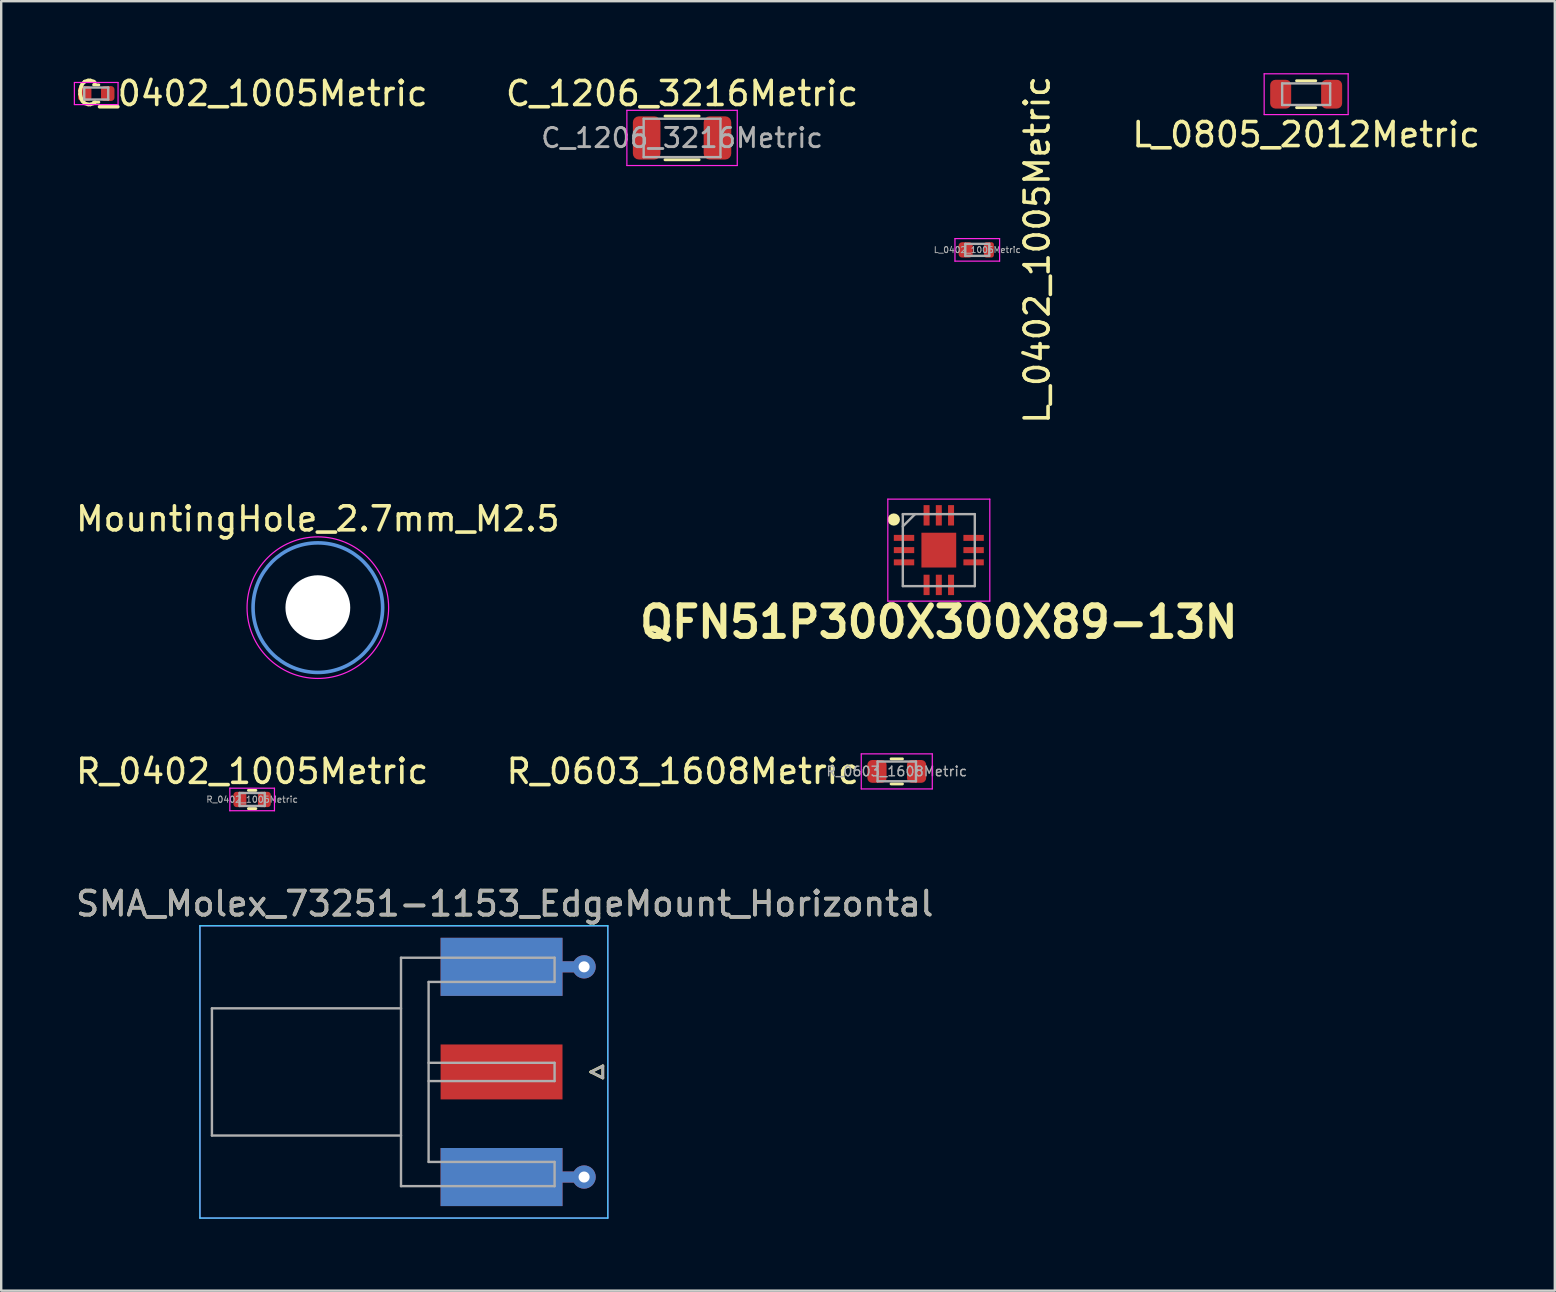
<source format=kicad_pcb>
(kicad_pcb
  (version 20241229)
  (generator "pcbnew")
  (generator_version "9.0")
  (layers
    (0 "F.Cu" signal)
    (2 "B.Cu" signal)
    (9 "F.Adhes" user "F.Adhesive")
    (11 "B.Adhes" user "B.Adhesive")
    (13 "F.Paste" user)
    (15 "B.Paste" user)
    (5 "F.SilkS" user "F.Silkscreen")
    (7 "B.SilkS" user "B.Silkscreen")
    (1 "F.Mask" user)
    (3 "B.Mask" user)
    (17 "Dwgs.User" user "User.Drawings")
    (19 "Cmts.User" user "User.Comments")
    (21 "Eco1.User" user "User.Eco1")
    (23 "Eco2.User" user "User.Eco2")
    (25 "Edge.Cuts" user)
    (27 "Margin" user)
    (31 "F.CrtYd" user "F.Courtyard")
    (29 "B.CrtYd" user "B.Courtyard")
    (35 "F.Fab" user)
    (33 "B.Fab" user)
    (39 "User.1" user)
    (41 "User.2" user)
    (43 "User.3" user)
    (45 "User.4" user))
  (footprint "R_0603_1608Metric"
    (layer "F.Cu")
    (at 34.323 29.098)
    (property "Reference" "R_0603_1608Metric" (at -1.49 0 0) (layer "F.SilkS") (effects (font (size 1 1) (thickness 0.15)) (justify right)))
    (attr smd)
    (fp_line (start -0.237 -0.522) (end 0.237 -0.522) (stroke (width 0.12) (type solid)) (layer "F.SilkS"))
    (fp_line (start -0.237 0.522) (end 0.237 0.522) (stroke (width 0.12) (type solid)) (layer "F.SilkS"))
    (fp_line (start -1.48 -0.73) (end 1.48 -0.73) (stroke (width 0.05) (type solid)) (layer "F.CrtYd"))
    (fp_line (start -1.48 0.73) (end -1.48 -0.73) (stroke (width 0.05) (type solid)) (layer "F.CrtYd"))
    (fp_line (start 1.48 -0.73) (end 1.48 0.73) (stroke (width 0.05) (type solid)) (layer "F.CrtYd"))
    (fp_line (start 1.48 0.73) (end -1.48 0.73) (stroke (width 0.05) (type solid)) (layer "F.CrtYd"))
    (fp_line (start -0.8 -0.412) (end 0.8 -0.412) (stroke (width 0.1) (type solid)) (layer "F.Fab"))
    (fp_line (start -0.8 0.412) (end -0.8 -0.412) (stroke (width 0.1) (type solid)) (layer "F.Fab"))
    (fp_line (start 0.8 -0.412) (end 0.8 0.412) (stroke (width 0.1) (type solid)) (layer "F.Fab"))
    (fp_line (start 0.8 0.412) (end -0.8 0.412) (stroke (width 0.1) (type solid)) (layer "F.Fab"))
    (fp_text user "${REFERENCE}" (at 0 0 0) (layer "F.Fab") (effects (font (size 0.4 0.4) (thickness 0.06))))
    (pad "1" smd roundrect (at -0.825 0) (size 0.8 0.95) (layers "F.Cu" "F.Mask" "F.Paste") (roundrect_rratio 0.25))
    (pad "2" smd roundrect (at 0.825 0) (size 0.8 0.95) (layers "F.Cu" "F.Mask" "F.Paste") (roundrect_rratio 0.25)))
  (footprint "L_0402_1005Metric"
    (layer "F.Cu")
    (at 37.678 7.364)
    (property "Reference" "L_0402_1005Metric" (at 2.495 -0.001 270) (layer "F.SilkS") (effects (font (size 1 1) (thickness 0.15))))
    (attr smd)
    (fp_line (start -0.93 -0.47) (end 0.93 -0.47) (stroke (width 0.05) (type solid)) (layer "F.CrtYd"))
    (fp_line (start -0.93 0.47) (end -0.93 -0.47) (stroke (width 0.05) (type solid)) (layer "F.CrtYd"))
    (fp_line (start 0.93 -0.47) (end 0.93 0.47) (stroke (width 0.05) (type solid)) (layer "F.CrtYd"))
    (fp_line (start 0.93 0.47) (end -0.93 0.47) (stroke (width 0.05) (type solid)) (layer "F.CrtYd"))
    (fp_line (start -0.5 -0.25) (end 0.5 -0.25) (stroke (width 0.1) (type solid)) (layer "F.Fab"))
    (fp_line (start -0.5 0.25) (end -0.5 -0.25) (stroke (width 0.1) (type solid)) (layer "F.Fab"))
    (fp_line (start 0.5 -0.25) (end 0.5 0.25) (stroke (width 0.1) (type solid)) (layer "F.Fab"))
    (fp_line (start 0.5 0.25) (end -0.5 0.25) (stroke (width 0.1) (type solid)) (layer "F.Fab"))
    (fp_text user "${REFERENCE}" (at 0 0 180) (layer "F.Fab") (effects (font (size 0.25 0.25) (thickness 0.04))))
    (pad "1" smd roundrect (at -0.485 0) (size 0.59 0.64) (layers "F.Cu" "F.Mask" "F.Paste") (roundrect_rratio 0.25))
    (pad "2" smd roundrect (at 0.485 0) (size 0.415 0.64) (layers "F.Cu" "F.Mask" "F.Paste") (roundrect_rratio 0.25)))
  (footprint "QFN51P300X300X89-13N"
    (layer "F.Cu")
    (at 36.075 19.876)
    (property "Reference" "QFN51P300X300X89-13N" (at 0 3 0) (layer "F.SilkS") (effects (font (size 1.27 1.27) (thickness 0.254))))
    (attr smd)
    (fp_circle (center -1.875 -1.275) (end -1.875 -1.147) (stroke (width 0.255) (type solid)) (fill no) (layer "F.SilkS"))
    (fp_line (start -2.125 -2.125) (end 2.125 -2.125) (stroke (width 0.05) (type solid)) (layer "F.CrtYd"))
    (fp_line (start -2.125 2.125) (end -2.125 -2.125) (stroke (width 0.05) (type solid)) (layer "F.CrtYd"))
    (fp_line (start 2.125 -2.125) (end 2.125 2.125) (stroke (width 0.05) (type solid)) (layer "F.CrtYd"))
    (fp_line (start 2.125 2.125) (end -2.125 2.125) (stroke (width 0.05) (type solid)) (layer "F.CrtYd"))
    (fp_line (start -1.5 -1.5) (end 1.5 -1.5) (stroke (width 0.1) (type solid)) (layer "F.Fab"))
    (fp_line (start -1.5 -0.99) (end -0.99 -1.5) (stroke (width 0.1) (type solid)) (layer "F.Fab"))
    (fp_line (start -1.5 1.5) (end -1.5 -1.5) (stroke (width 0.1) (type solid)) (layer "F.Fab"))
    (fp_line (start 1.5 -1.5) (end 1.5 1.5) (stroke (width 0.1) (type solid)) (layer "F.Fab"))
    (fp_line (start 1.5 1.5) (end -1.5 1.5) (stroke (width 0.1) (type solid)) (layer "F.Fab"))
    (pad "1" smd rect (at -1.45 -0.51 90) (size 0.25 0.85) (layers "F.Cu" "F.Mask" "F.Paste"))
    (pad "2" smd rect (at -1.45 0 90) (size 0.25 0.85) (layers "F.Cu" "F.Mask" "F.Paste"))
    (pad "3" smd rect (at -1.45 0.51 90) (size 0.25 0.85) (layers "F.Cu" "F.Mask" "F.Paste"))
    (pad "4" smd rect (at -0.51 1.45) (size 0.25 0.85) (layers "F.Cu" "F.Mask" "F.Paste"))
    (pad "5" smd rect (at 0 1.45) (size 0.25 0.85) (layers "F.Cu" "F.Mask" "F.Paste"))
    (pad "6" smd rect (at 0.51 1.45) (size 0.25 0.85) (layers "F.Cu" "F.Mask" "F.Paste"))
    (pad "7" smd rect (at 1.45 0.51 90) (size 0.25 0.85) (layers "F.Cu" "F.Mask" "F.Paste"))
    (pad "8" smd rect (at 1.45 0 90) (size 0.25 0.85) (layers "F.Cu" "F.Mask" "F.Paste"))
    (pad "9" smd rect (at 1.45 -0.51 90) (size 0.25 0.85) (layers "F.Cu" "F.Mask" "F.Paste"))
    (pad "10" smd rect (at 0.51 -1.45) (size 0.25 0.85) (layers "F.Cu" "F.Mask" "F.Paste"))
    (pad "11" smd rect (at 0 -1.45) (size 0.25 0.85) (layers "F.Cu" "F.Mask" "F.Paste"))
    (pad "12" smd rect (at -0.51 -1.45) (size 0.25 0.85) (layers "F.Cu" "F.Mask" "F.Paste"))
    (pad "13" smd rect (at 0 0) (size 1.45 1.45) (layers "F.Cu" "F.Mask" "F.Paste")))
  (footprint "MountingHole_2.7mm_M2.5"
    (layer "F.Cu")
    (at 10.196 22.274)
    (property "Reference" "MountingHole_2.7mm_M2.5" (at 0 -3.7 0) (layer "F.SilkS") (effects (font (size 1 1) (thickness 0.15))))
    (attr exclude_from_pos_files exclude_from_bom)
    (fp_circle (center 0 0) (end 2.7 0) (stroke (width 0.15) (type solid)) (fill no) (layer "Cmts.User"))
    (fp_circle (center 0 0) (end 2.95 0) (stroke (width 0.05) (type solid)) (fill no) (layer "F.CrtYd"))
    (pad "" np_thru_hole circle (at 0 0) (size 2.7 2.7) (drill 2.7) (layers "*.Cu" "*.Mask")))
  (footprint "L_0805_2012Metric"
    (layer "F.Cu")
    (at 51.384 0.875)
    (property "Reference" "L_0805_2012Metric" (at 0 1.1 0) (layer "F.SilkS") (effects (font (size 1 1) (thickness 0.15)) (justify top)))
    (attr smd)
    (fp_line (start -0.4 -0.56) (end 0.4 -0.56) (stroke (width 0.12) (type solid)) (layer "F.SilkS"))
    (fp_line (start -0.4 0.56) (end 0.4 0.56) (stroke (width 0.12) (type solid)) (layer "F.SilkS"))
    (fp_line (start -1.75 -0.85) (end 1.75 -0.85) (stroke (width 0.05) (type solid)) (layer "F.CrtYd"))
    (fp_line (start -1.75 0.85) (end -1.75 -0.85) (stroke (width 0.05) (type solid)) (layer "F.CrtYd"))
    (fp_line (start 1.75 -0.85) (end 1.75 0.85) (stroke (width 0.05) (type solid)) (layer "F.CrtYd"))
    (fp_line (start 1.75 0.85) (end -1.75 0.85) (stroke (width 0.05) (type solid)) (layer "F.CrtYd"))
    (fp_line (start -1 -0.45) (end 1 -0.45) (stroke (width 0.1) (type solid)) (layer "F.Fab"))
    (fp_line (start -1 0.45) (end -1 -0.45) (stroke (width 0.1) (type solid)) (layer "F.Fab"))
    (fp_line (start 1 -0.45) (end 1 0.45) (stroke (width 0.1) (type solid)) (layer "F.Fab"))
    (fp_line (start 1 0.45) (end -1 0.45) (stroke (width 0.1) (type solid)) (layer "F.Fab"))
    (pad "1" smd roundrect (at -1.062 0) (size 0.875 1.2) (layers "F.Cu" "F.Mask" "F.Paste") (roundrect_rratio 0.25))
    (pad "2" smd roundrect (at 1.062 0) (size 0.875 1.2) (layers "F.Cu" "F.Mask" "F.Paste") (roundrect_rratio 0.25)))
  (footprint "R_0402_1005Metric"
    (layer "F.Cu")
    (at 7.458 30.268)
    (property "Reference" "R_0402_1005Metric" (at 0 -1.17 0) (layer "F.SilkS") (effects (font (size 1 1) (thickness 0.15))))
    (attr smd)
    (fp_line (start -0.154 -0.38) (end 0.154 -0.38) (stroke (width 0.12) (type solid)) (layer "F.SilkS"))
    (fp_line (start -0.154 0.38) (end 0.154 0.38) (stroke (width 0.12) (type solid)) (layer "F.SilkS"))
    (fp_line (start -0.93 -0.47) (end 0.93 -0.47) (stroke (width 0.05) (type solid)) (layer "F.CrtYd"))
    (fp_line (start -0.93 0.47) (end -0.93 -0.47) (stroke (width 0.05) (type solid)) (layer "F.CrtYd"))
    (fp_line (start 0.93 -0.47) (end 0.93 0.47) (stroke (width 0.05) (type solid)) (layer "F.CrtYd"))
    (fp_line (start 0.93 0.47) (end -0.93 0.47) (stroke (width 0.05) (type solid)) (layer "F.CrtYd"))
    (fp_line (start -0.525 -0.27) (end 0.525 -0.27) (stroke (width 0.1) (type solid)) (layer "F.Fab"))
    (fp_line (start -0.525 0.27) (end -0.525 -0.27) (stroke (width 0.1) (type solid)) (layer "F.Fab"))
    (fp_line (start 0.525 -0.27) (end 0.525 0.27) (stroke (width 0.1) (type solid)) (layer "F.Fab"))
    (fp_line (start 0.525 0.27) (end -0.525 0.27) (stroke (width 0.1) (type solid)) (layer "F.Fab"))
    (fp_text user "${REFERENCE}" (at 0 0 0) (layer "F.Fab") (effects (font (size 0.26 0.26) (thickness 0.04))))
    (pad "1" smd roundrect (at -0.51 0) (size 0.54 0.64) (layers "F.Cu" "F.Mask" "F.Paste") (roundrect_rratio 0.25))
    (pad "2" smd roundrect (at 0.51 0) (size 0.54 0.64) (layers "F.Cu" "F.Mask" "F.Paste") (roundrect_rratio 0.25)))
  (footprint "C_0402_1005Metric"
    (layer "F.Cu")
    (at 0.96 0.848)
    (property "Reference" "C_0402_1005Metric" (at -0.96 0 180) (layer "F.SilkS") (effects (font (size 1 1) (thickness 0.15)) (justify left)))
    (attr smd)
    (fp_line (start -0.108 -0.36) (end 0.108 -0.36) (stroke (width 0.12) (type solid)) (layer "F.SilkS"))
    (fp_line (start -0.108 0.36) (end 0.108 0.36) (stroke (width 0.12) (type solid)) (layer "F.SilkS"))
    (fp_line (start -0.91 -0.46) (end 0.91 -0.46) (stroke (width 0.05) (type solid)) (layer "F.CrtYd"))
    (fp_line (start -0.91 0.46) (end -0.91 -0.46) (stroke (width 0.05) (type solid)) (layer "F.CrtYd"))
    (fp_line (start 0.91 -0.46) (end 0.91 0.46) (stroke (width 0.05) (type solid)) (layer "F.CrtYd"))
    (fp_line (start 0.91 0.46) (end -0.91 0.46) (stroke (width 0.05) (type solid)) (layer "F.CrtYd"))
    (fp_line (start -0.5 -0.25) (end 0.5 -0.25) (stroke (width 0.1) (type solid)) (layer "F.Fab"))
    (fp_line (start -0.5 0.25) (end -0.5 -0.25) (stroke (width 0.1) (type solid)) (layer "F.Fab"))
    (fp_line (start 0.5 -0.25) (end 0.5 0.25) (stroke (width 0.1) (type solid)) (layer "F.Fab"))
    (fp_line (start 0.5 0.25) (end -0.5 0.25) (stroke (width 0.1) (type solid)) (layer "F.Fab"))
    (pad "1" smd roundrect (at -0.48 0) (size 0.56 0.62) (layers "F.Cu" "F.Mask" "F.Paste") (roundrect_rratio 0.25))
    (pad "2" smd roundrect (at 0.48 0) (size 0.56 0.62) (layers "F.Cu" "F.Mask" "F.Paste") (roundrect_rratio 0.25)))
  (footprint "C_1206_3216Metric"
    (layer "F.Cu")
    (at 25.375 2.698)
    (property "Reference" "C_1206_3216Metric" (at 0 -1.85 0) (layer "F.SilkS") (effects (font (size 1 1) (thickness 0.15))))
    (attr smd)
    (fp_line (start -0.711 -0.91) (end 0.711 -0.91) (stroke (width 0.12) (type solid)) (layer "F.SilkS"))
    (fp_line (start -0.711 0.91) (end 0.711 0.91) (stroke (width 0.12) (type solid)) (layer "F.SilkS"))
    (fp_line (start -2.3 -1.15) (end 2.3 -1.15) (stroke (width 0.05) (type solid)) (layer "F.CrtYd"))
    (fp_line (start -2.3 1.15) (end -2.3 -1.15) (stroke (width 0.05) (type solid)) (layer "F.CrtYd"))
    (fp_line (start 2.3 -1.15) (end 2.3 1.15) (stroke (width 0.05) (type solid)) (layer "F.CrtYd"))
    (fp_line (start 2.3 1.15) (end -2.3 1.15) (stroke (width 0.05) (type solid)) (layer "F.CrtYd"))
    (fp_line (start -1.6 -0.8) (end 1.6 -0.8) (stroke (width 0.1) (type solid)) (layer "F.Fab"))
    (fp_line (start -1.6 0.8) (end -1.6 -0.8) (stroke (width 0.1) (type solid)) (layer "F.Fab"))
    (fp_line (start 1.6 -0.8) (end 1.6 0.8) (stroke (width 0.1) (type solid)) (layer "F.Fab"))
    (fp_line (start 1.6 0.8) (end -1.6 0.8) (stroke (width 0.1) (type solid)) (layer "F.Fab"))
    (fp_text user "${REFERENCE}" (at 0 0 0) (layer "F.Fab") (effects (font (size 0.8 0.8) (thickness 0.12))))
    (pad "1" smd roundrect (at -1.475 0) (size 1.15 1.8) (layers "F.Cu" "F.Mask" "F.Paste") (roundrect_rratio 0.217))
    (pad "2" smd roundrect (at 1.475 0) (size 1.15 1.8) (layers "F.Cu" "F.Mask" "F.Paste") (roundrect_rratio 0.217)))
  (footprint "SMA_Molex_73251-1153_EdgeMount_Horizontal"
    (layer "F.Cu")
    (at 19.572 41.623)
    (property "Reference" "SMA_Molex_73251-1153_EdgeMount_Horizontal" (at -1.59 -7.012 0) (layer "F.SilkS") (effects (font (size 1 1) (thickness 0.15))))
    (attr smd)
    (fp_line (start 2 0) (end 2.5 -0.25) (stroke (width 0.12) (type solid)) (layer "F.SilkS"))
    (fp_line (start 2.5 -0.25) (end 2.5 0.25) (stroke (width 0.12) (type solid)) (layer "F.SilkS"))
    (fp_line (start 2.5 0.25) (end 2 0) (stroke (width 0.12) (type solid)) (layer "F.SilkS"))
    (fp_line (start -14.29 -6.09) (end -14.29 6.09) (stroke (width 0.05) (type solid)) (layer "B.CrtYd"))
    (fp_line (start -14.29 -6.09) (end 2.71 -6.09) (stroke (width 0.05) (type solid)) (layer "B.CrtYd"))
    (fp_line (start -14.29 6.09) (end 2.71 6.09) (stroke (width 0.05) (type solid)) (layer "B.CrtYd"))
    (fp_line (start 2.71 -6.09) (end 2.71 6.09) (stroke (width 0.05) (type solid)) (layer "B.CrtYd"))
    (fp_line (start -14.29 -6.09) (end -14.29 6.09) (stroke (width 0.05) (type solid)) (layer "F.CrtYd"))
    (fp_line (start -14.29 6.09) (end 2.71 6.09) (stroke (width 0.05) (type solid)) (layer "F.CrtYd"))
    (fp_line (start 2.71 -6.09) (end -14.29 -6.09) (stroke (width 0.05) (type solid)) (layer "F.CrtYd"))
    (fp_line (start 2.71 -6.09) (end 2.71 6.09) (stroke (width 0.05) (type solid)) (layer "F.CrtYd"))
    (fp_line (start -13.79 -2.65) (end -13.79 2.65) (stroke (width 0.1) (type solid)) (layer "F.Fab"))
    (fp_line (start -13.79 -2.65) (end -5.91 -2.65) (stroke (width 0.1) (type solid)) (layer "F.Fab"))
    (fp_line (start -13.79 2.65) (end -5.91 2.65) (stroke (width 0.1) (type solid)) (layer "F.Fab"))
    (fp_line (start -5.91 -4.76) (end -5.91 4.76) (stroke (width 0.1) (type solid)) (layer "F.Fab"))
    (fp_line (start -5.91 4.76) (end 0.49 4.76) (stroke (width 0.1) (type solid)) (layer "F.Fab"))
    (fp_line (start -4.76 -3.75) (end -4.76 3.75) (stroke (width 0.1) (type solid)) (layer "F.Fab"))
    (fp_line (start -4.76 -3.75) (end 0.49 -3.75) (stroke (width 0.1) (type solid)) (layer "F.Fab"))
    (fp_line (start -4.76 -0.38) (end 0.49 -0.38) (stroke (width 0.1) (type solid)) (layer "F.Fab"))
    (fp_line (start -4.76 0.38) (end 0.49 0.38) (stroke (width 0.1) (type solid)) (layer "F.Fab"))
    (fp_line (start -4.76 3.75) (end 0.49 3.75) (stroke (width 0.1) (type solid)) (layer "F.Fab"))
    (fp_line (start 0.49 -4.76) (end -5.91 -4.76) (stroke (width 0.1) (type solid)) (layer "F.Fab"))
    (fp_line (start 0.49 -4.76) (end 0.49 -3.75) (stroke (width 0.1) (type solid)) (layer "F.Fab"))
    (fp_line (start 0.49 -0.38) (end 0.49 0.38) (stroke (width 0.1) (type solid)) (layer "F.Fab"))
    (fp_line (start 0.49 3.75) (end 0.49 4.76) (stroke (width 0.1) (type solid)) (layer "F.Fab"))
    (fp_line (start 2 0) (end 2.5 0.25) (stroke (width 0.1) (type solid)) (layer "F.Fab"))
    (fp_line (start 2.5 -0.25) (end 2 0) (stroke (width 0.1) (type solid)) (layer "F.Fab"))
    (fp_line (start 2.5 0.25) (end 2.5 -0.25) (stroke (width 0.1) (type solid)) (layer "F.Fab"))
    (fp_text user "${REFERENCE}" (at -1.59 -7.012 0) (layer "F.Fab") (effects (font (size 1 1) (thickness 0.15))))
    (pad "1" smd rect (at -1.72 0) (size 5.08 2.29) (layers "F.Cu" "F.Mask" "F.Paste"))
    (pad "2" smd rect (at -1.72 -4.38) (size 5.08 2.42) (layers "F.Cu" "F.Mask" "F.Paste"))
    (pad "2" smd rect (at -1.72 -4.38) (size 5.08 2.42) (layers "B.Cu" "B.Mask" "B.Paste"))
    (pad "2" smd rect (at -1.72 4.38) (size 5.08 2.42) (layers "F.Cu" "F.Mask" "F.Paste"))
    (pad "2" smd rect (at -1.72 4.38) (size 5.08 2.42) (layers "B.Cu" "B.Mask" "B.Paste"))
    (pad "2" smd rect (at 1.27 -4.38) (size 0.95 0.46) (layers "F.Cu"))
    (pad "2" smd rect (at 1.27 -4.38) (size 0.95 0.46) (layers "B.Cu"))
    (pad "2" smd rect (at 1.27 4.38) (size 0.95 0.46) (layers "F.Cu"))
    (pad "2" smd rect (at 1.27 4.38) (size 0.95 0.46) (layers "B.Cu"))
    (pad "2" thru_hole circle (at 1.72 -4.38) (size 0.97 0.97) (drill 0.46) (layers "*.Cu"))
    (pad "2" thru_hole circle (at 1.72 4.38) (size 0.97 0.97) (drill 0.46) (layers "*.Cu")))
  (gr_rect
    (start -3 -3)
    (end 61.747 50.738)
    (stroke (width 0.1) (type default))
    (fill no)
    (layer "Edge.Cuts")))
</source>
